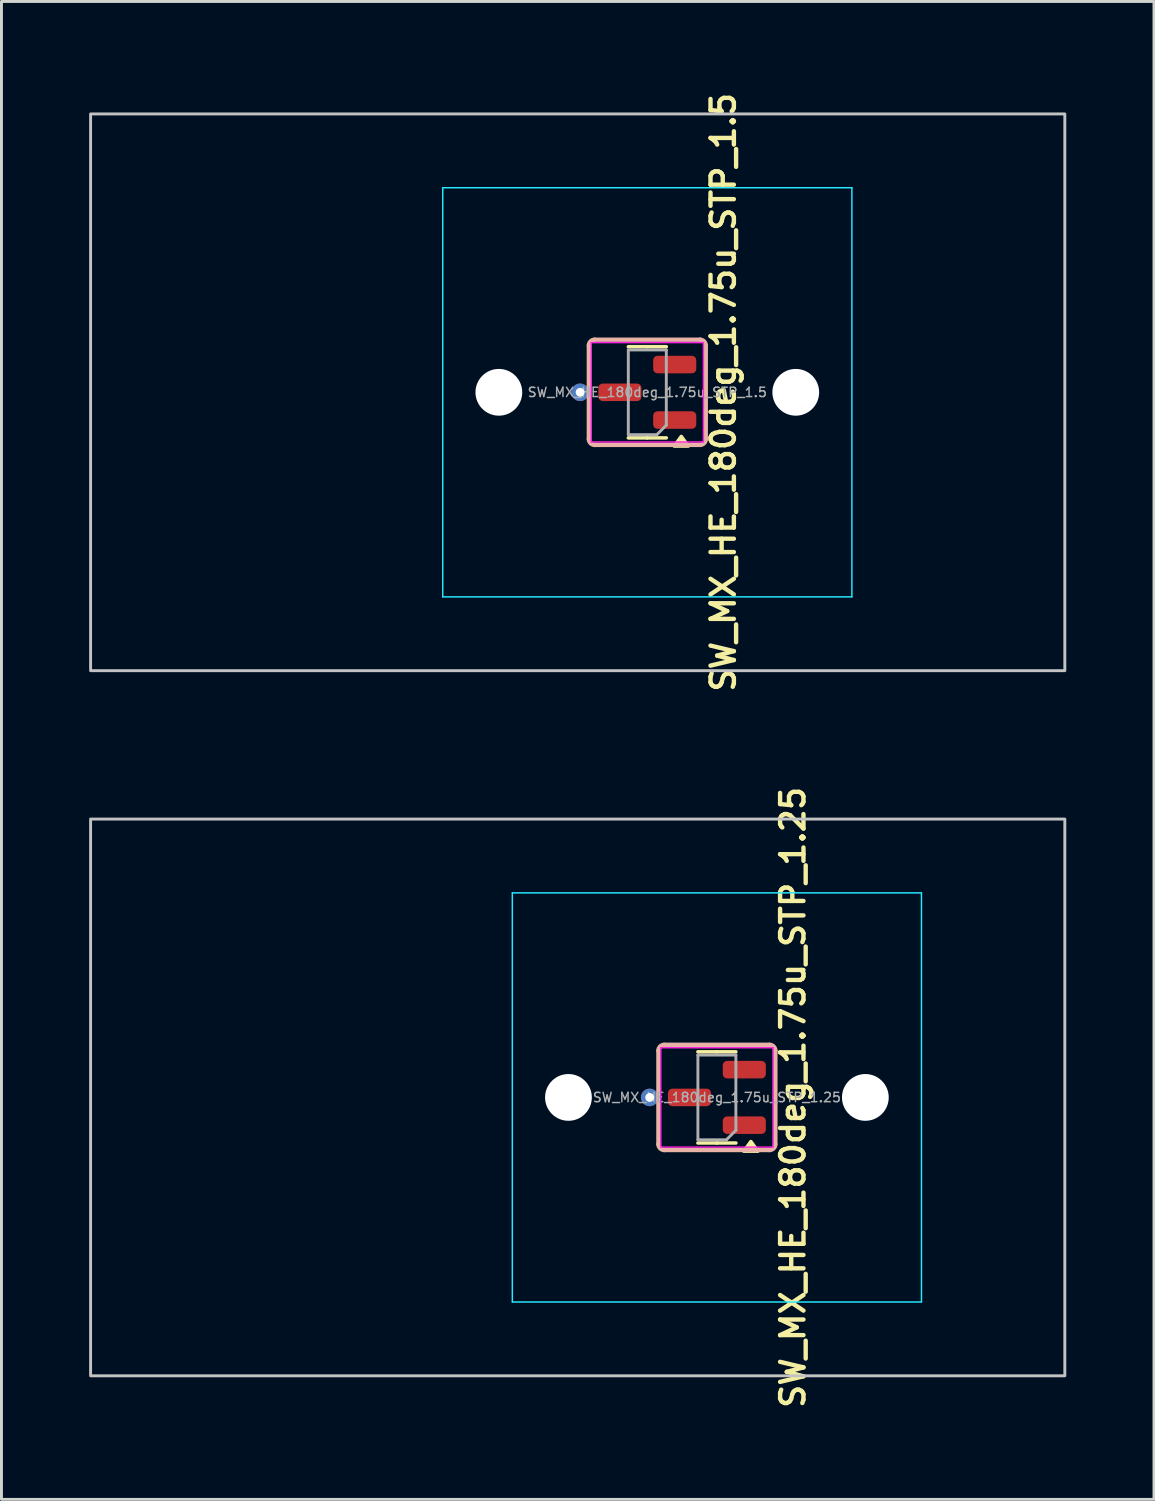
<source format=kicad_pcb>
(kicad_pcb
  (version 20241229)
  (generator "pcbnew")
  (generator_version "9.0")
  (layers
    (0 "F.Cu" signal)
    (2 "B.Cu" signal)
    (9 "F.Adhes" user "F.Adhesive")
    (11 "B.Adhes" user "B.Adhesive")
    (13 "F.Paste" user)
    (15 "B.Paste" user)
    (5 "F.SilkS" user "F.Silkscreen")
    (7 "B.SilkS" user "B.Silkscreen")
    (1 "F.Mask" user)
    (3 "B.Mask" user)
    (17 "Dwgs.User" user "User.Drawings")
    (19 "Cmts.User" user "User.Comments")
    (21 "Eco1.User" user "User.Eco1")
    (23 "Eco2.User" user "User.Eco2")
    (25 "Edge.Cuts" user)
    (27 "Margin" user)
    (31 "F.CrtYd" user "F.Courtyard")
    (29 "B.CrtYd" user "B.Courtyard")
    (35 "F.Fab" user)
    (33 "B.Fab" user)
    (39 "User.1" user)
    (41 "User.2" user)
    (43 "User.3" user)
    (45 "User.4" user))
  (footprint "SW_MX_HE_180deg_1.75u_STP_1.5"
    (layer "F.Cu")
    (at 19.1 10.374)
    (property "Reference" "SW_MX_HE_180deg_1.75u_STP_1.5" (at 2.6 0 90) (layer "F.SilkS") (effects (font (size 0.8 0.8) (thickness 0.15))))
    (attr smd)
    (fp_line (start 0 -1.56) (end -0.65 -1.56) (stroke (width 0.12) (type solid)) (layer "F.SilkS"))
    (fp_line (start 0 -1.56) (end 0.65 -1.56) (stroke (width 0.12) (type solid)) (layer "F.SilkS"))
    (fp_line (start 0 1.56) (end -0.65 1.56) (stroke (width 0.12) (type solid)) (layer "F.SilkS"))
    (fp_line (start 0 1.56) (end 0.65 1.56) (stroke (width 0.12) (type solid)) (layer "F.SilkS"))
    (fp_poly (pts (xy 1.163 1.51) (xy 1.403 1.84) (xy 0.922 1.84) (xy 1.163 1.51)) (stroke (width 0.12) (type solid)) (fill yes) (layer "F.SilkS"))
    (fp_line (start -2 -1.6) (end -2 1.6) (stroke (width 0.15) (type default)) (layer "B.SilkS"))
    (fp_line (start -1.8 1.8) (end 1.8 1.8) (stroke (width 0.15) (type default)) (layer "B.SilkS"))
    (fp_line (start 1.8 -1.8) (end -1.8 -1.8) (stroke (width 0.15) (type default)) (layer "B.SilkS"))
    (fp_line (start 2 1.6) (end 2 -1.6) (stroke (width 0.15) (type default)) (layer "B.SilkS"))
    (fp_arc (start -2 -1.6) (mid -1.941421 -1.741421) (end -1.8 -1.8) (stroke (width 0.15) (type default)) (layer "B.SilkS"))
    (fp_arc (start -1.8 1.8) (mid -1.941421 1.741421) (end -2 1.6) (stroke (width 0.15) (type default)) (layer "B.SilkS"))
    (fp_arc (start 1.8 -1.8) (mid 1.941421 -1.741421) (end 2 -1.6) (stroke (width 0.15) (type default)) (layer "B.SilkS"))
    (fp_arc (start 2 1.6) (mid 1.941421 1.741421) (end 1.8 1.8) (stroke (width 0.15) (type default)) (layer "B.SilkS"))
    (fp_rect (start -19.05 -9.525) (end 14.287 9.525) (stroke (width 0.1) (type default)) (fill no) (layer "Dwgs.User"))
    (fp_line (start -7 6.5) (end -7 -6.5) (stroke (width 0.05) (type solid)) (layer "Eco2.User"))
    (fp_line (start -6.5 -7) (end 6.5 -7) (stroke (width 0.05) (type solid)) (layer "Eco2.User"))
    (fp_line (start 6.5 7) (end -6.5 7) (stroke (width 0.05) (type solid)) (layer "Eco2.User"))
    (fp_line (start 7 -6.5) (end 7 6.5) (stroke (width 0.05) (type solid)) (layer "Eco2.User"))
    (fp_arc (start -7 -6.5) (mid -6.853553 -6.853553) (end -6.5 -7) (stroke (width 0.05) (type solid)) (layer "Eco2.User"))
    (fp_arc (start -6.5 7) (mid -6.853553 6.853553) (end -7 6.5) (stroke (width 0.05) (type solid)) (layer "Eco2.User"))
    (fp_arc (start 6.5 -7) (mid 6.853553 -6.853553) (end 7 -6.5) (stroke (width 0.05) (type solid)) (layer "Eco2.User"))
    (fp_arc (start 6.997236 6.498884) (mid 6.850789 6.852437) (end 6.497236 6.998884) (stroke (width 0.05) (type solid)) (layer "Eco2.User"))
    (fp_line (start -7 -7) (end -7 7) (stroke (width 0.05) (type solid)) (layer "B.CrtYd"))
    (fp_line (start -7 7) (end 7 7) (stroke (width 0.05) (type solid)) (layer "B.CrtYd"))
    (fp_line (start 7 -7) (end -7 -7) (stroke (width 0.05) (type solid)) (layer "B.CrtYd"))
    (fp_line (start 7 7) (end 7 -7) (stroke (width 0.05) (type solid)) (layer "B.CrtYd"))
    (fp_line (start -1.92 -1.7) (end -1.92 1.7) (stroke (width 0.05) (type solid)) (layer "F.CrtYd"))
    (fp_line (start -1.92 1.7) (end 1.92 1.7) (stroke (width 0.05) (type solid)) (layer "F.CrtYd"))
    (fp_line (start 1.92 -1.7) (end -1.92 -1.7) (stroke (width 0.05) (type solid)) (layer "F.CrtYd"))
    (fp_line (start 1.92 1.7) (end 1.92 -1.7) (stroke (width 0.05) (type solid)) (layer "F.CrtYd"))
    (fp_line (start -0.65 -1.45) (end 0.65 -1.45) (stroke (width 0.1) (type solid)) (layer "F.Fab"))
    (fp_line (start -0.65 1.45) (end -0.65 -1.45) (stroke (width 0.1) (type solid)) (layer "F.Fab"))
    (fp_line (start 0.325 1.45) (end -0.65 1.45) (stroke (width 0.1) (type solid)) (layer "F.Fab"))
    (fp_line (start 0.65 -1.45) (end 0.65 1.125) (stroke (width 0.1) (type solid)) (layer "F.Fab"))
    (fp_line (start 0.65 1.125) (end 0.325 1.45) (stroke (width 0.1) (type solid)) (layer "F.Fab"))
    (fp_text user "${REFERENCE}" (at 0 0 180) (layer "F.Fab") (effects (font (size 0.32 0.32) (thickness 0.05))))
    (pad "" np_thru_hole circle (at -5.08 0) (size 1.6 1.6) (drill 1.7) (layers "*.Cu" "*.Mask"))
    (pad "" np_thru_hole circle (at 5.08 0) (size 1.6 1.6) (drill 1.7) (layers "*.Cu" "*.Mask"))
    (pad "1" smd roundrect (at 0.938 0.95 180) (size 1.475 0.6) (layers "F.Cu" "F.Mask" "F.Paste") (roundrect_rratio 0.25))
    (pad "2" smd roundrect (at 0.938 -0.95 180) (size 1.475 0.6) (layers "F.Cu" "F.Mask" "F.Paste") (roundrect_rratio 0.25))
    (pad "3" thru_hole circle (at -2.3 0 180) (size 0.6 0.6) (drill 0.3) (layers "*.Cu"))
    (pad "3" smd roundrect (at -0.938 0 180) (size 1.475 0.6) (layers "F.Cu" "F.Mask" "F.Paste") (roundrect_rratio 0.25))
    (zone (net_name "") (layer "F.Cu") (name "HE keepout_bot") (hatch edge 0.5) (connect_pads) (min_thickness 0.25) (filled_areas_thickness no) (keepout (tracks allowed) (vias allowed) (pads allowed) (copperpour not_allowed) (footprints allowed)) (placement (enabled no)) (fill) (polygon (pts (arc (start 17.1 11.973574) (mid 17.158579 12.114995) (end 17.3 12.173574)) (arc (start 20.9 12.173574) (mid 21.041421 12.114995) (end 21.1 11.973574)) (arc (start 21.1 8.773574) (mid 21.041421 8.632153) (end 20.9 8.573574)) (arc (start 17.3 8.573574) (mid 17.158579 8.632153) (end 17.1 8.773574)) (arc (start 17.1 9.873574) (mid 17.158579 10.014995) (end 17.3 10.073574)) (arc (start 18.7 10.073574) (mid 18.841421 10.132153) (end 18.9 10.273574)) (arc (start 18.9 10.473574) (mid 18.841421 10.614995) (end 18.7 10.673574)) (arc (start 17.3 10.673574) (mid 17.158579 10.732153) (end 17.1 10.873574)))))
    (zone (net_name "") (layer "In1.Cu") (name "HE keepout_top") (hatch edge 0.5) (connect_pads) (min_thickness 0.25) (filled_areas_thickness no) (keepout (tracks allowed) (vias allowed) (pads allowed) (copperpour not_allowed) (footprints allowed)) (placement (enabled no)) (fill) (polygon (pts (arc (start 17.1 11.973574) (mid 17.158579 12.114995) (end 17.3 12.173574)) (arc (start 20.9 12.173574) (mid 21.041421 12.114995) (end 21.1 11.973574)) (arc (start 21.1 8.773574) (mid 21.041421 8.632153) (end 20.9 8.573574)) (arc (start 17.3 8.573574) (mid 17.158579 8.632153) (end 17.1 8.773574))))))
  (footprint "SW_MX_HE_180deg_1.75u_STP_1.25"
    (layer "F.Cu")
    (at 21.481 34.502)
    (property "Reference" "SW_MX_HE_180deg_1.75u_STP_1.25" (at 2.6 0 90) (layer "F.SilkS") (effects (font (size 0.8 0.8) (thickness 0.15))))
    (attr smd)
    (fp_line (start 0 -1.56) (end -0.65 -1.56) (stroke (width 0.12) (type solid)) (layer "F.SilkS"))
    (fp_line (start 0 -1.56) (end 0.65 -1.56) (stroke (width 0.12) (type solid)) (layer "F.SilkS"))
    (fp_line (start 0 1.56) (end -0.65 1.56) (stroke (width 0.12) (type solid)) (layer "F.SilkS"))
    (fp_line (start 0 1.56) (end 0.65 1.56) (stroke (width 0.12) (type solid)) (layer "F.SilkS"))
    (fp_poly (pts (xy 1.163 1.51) (xy 1.403 1.84) (xy 0.922 1.84) (xy 1.163 1.51)) (stroke (width 0.12) (type solid)) (fill yes) (layer "F.SilkS"))
    (fp_line (start -2 -1.6) (end -2 1.6) (stroke (width 0.15) (type default)) (layer "B.SilkS"))
    (fp_line (start -1.8 1.8) (end 1.8 1.8) (stroke (width 0.15) (type default)) (layer "B.SilkS"))
    (fp_line (start 1.8 -1.8) (end -1.8 -1.8) (stroke (width 0.15) (type default)) (layer "B.SilkS"))
    (fp_line (start 2 1.6) (end 2 -1.6) (stroke (width 0.15) (type default)) (layer "B.SilkS"))
    (fp_arc (start -2 -1.6) (mid -1.941421 -1.741421) (end -1.8 -1.8) (stroke (width 0.15) (type default)) (layer "B.SilkS"))
    (fp_arc (start -1.8 1.8) (mid -1.941421 1.741421) (end -2 1.6) (stroke (width 0.15) (type default)) (layer "B.SilkS"))
    (fp_arc (start 1.8 -1.8) (mid 1.941421 -1.741421) (end 2 -1.6) (stroke (width 0.15) (type default)) (layer "B.SilkS"))
    (fp_arc (start 2 1.6) (mid 1.941421 1.741421) (end 1.8 1.8) (stroke (width 0.15) (type default)) (layer "B.SilkS"))
    (fp_rect (start -21.431 -9.525) (end 11.906 9.525) (stroke (width 0.1) (type default)) (fill no) (layer "Dwgs.User"))
    (fp_line (start -7 6.5) (end -7 -6.5) (stroke (width 0.05) (type solid)) (layer "Eco2.User"))
    (fp_line (start -6.5 -7) (end 6.5 -7) (stroke (width 0.05) (type solid)) (layer "Eco2.User"))
    (fp_line (start 6.5 7) (end -6.5 7) (stroke (width 0.05) (type solid)) (layer "Eco2.User"))
    (fp_line (start 7 -6.5) (end 7 6.5) (stroke (width 0.05) (type solid)) (layer "Eco2.User"))
    (fp_arc (start -7 -6.5) (mid -6.853553 -6.853553) (end -6.5 -7) (stroke (width 0.05) (type solid)) (layer "Eco2.User"))
    (fp_arc (start -6.5 7) (mid -6.853553 6.853553) (end -7 6.5) (stroke (width 0.05) (type solid)) (layer "Eco2.User"))
    (fp_arc (start 6.5 -7) (mid 6.853553 -6.853553) (end 7 -6.5) (stroke (width 0.05) (type solid)) (layer "Eco2.User"))
    (fp_arc (start 6.997236 6.498884) (mid 6.850789 6.852437) (end 6.497236 6.998884) (stroke (width 0.05) (type solid)) (layer "Eco2.User"))
    (fp_line (start -7 -7) (end -7 7) (stroke (width 0.05) (type solid)) (layer "B.CrtYd"))
    (fp_line (start -7 7) (end 7 7) (stroke (width 0.05) (type solid)) (layer "B.CrtYd"))
    (fp_line (start 7 -7) (end -7 -7) (stroke (width 0.05) (type solid)) (layer "B.CrtYd"))
    (fp_line (start 7 7) (end 7 -7) (stroke (width 0.05) (type solid)) (layer "B.CrtYd"))
    (fp_line (start -1.92 -1.7) (end -1.92 1.7) (stroke (width 0.05) (type solid)) (layer "F.CrtYd"))
    (fp_line (start -1.92 1.7) (end 1.92 1.7) (stroke (width 0.05) (type solid)) (layer "F.CrtYd"))
    (fp_line (start 1.92 -1.7) (end -1.92 -1.7) (stroke (width 0.05) (type solid)) (layer "F.CrtYd"))
    (fp_line (start 1.92 1.7) (end 1.92 -1.7) (stroke (width 0.05) (type solid)) (layer "F.CrtYd"))
    (fp_line (start -0.65 -1.45) (end 0.65 -1.45) (stroke (width 0.1) (type solid)) (layer "F.Fab"))
    (fp_line (start -0.65 1.45) (end -0.65 -1.45) (stroke (width 0.1) (type solid)) (layer "F.Fab"))
    (fp_line (start 0.325 1.45) (end -0.65 1.45) (stroke (width 0.1) (type solid)) (layer "F.Fab"))
    (fp_line (start 0.65 -1.45) (end 0.65 1.125) (stroke (width 0.1) (type solid)) (layer "F.Fab"))
    (fp_line (start 0.65 1.125) (end 0.325 1.45) (stroke (width 0.1) (type solid)) (layer "F.Fab"))
    (fp_text user "${REFERENCE}" (at 0 0 180) (layer "F.Fab") (effects (font (size 0.32 0.32) (thickness 0.05))))
    (pad "" np_thru_hole circle (at -5.08 0) (size 1.6 1.6) (drill 1.7) (layers "*.Cu" "*.Mask"))
    (pad "" np_thru_hole circle (at 5.08 0) (size 1.6 1.6) (drill 1.7) (layers "*.Cu" "*.Mask"))
    (pad "1" smd roundrect (at 0.938 0.95 180) (size 1.475 0.6) (layers "F.Cu" "F.Mask" "F.Paste") (roundrect_rratio 0.25))
    (pad "2" smd roundrect (at 0.938 -0.95 180) (size 1.475 0.6) (layers "F.Cu" "F.Mask" "F.Paste") (roundrect_rratio 0.25))
    (pad "3" thru_hole circle (at -2.3 0 180) (size 0.6 0.6) (drill 0.3) (layers "*.Cu"))
    (pad "3" smd roundrect (at -0.938 0 180) (size 1.475 0.6) (layers "F.Cu" "F.Mask" "F.Paste") (roundrect_rratio 0.25))
    (zone (net_name "") (layer "F.Cu") (name "HE keepout_bot") (hatch edge 0.5) (connect_pads) (min_thickness 0.25) (filled_areas_thickness no) (keepout (tracks allowed) (vias allowed) (pads allowed) (copperpour not_allowed) (footprints allowed)) (placement (enabled no)) (fill) (polygon (pts (arc (start 19.48125 36.101675) (mid 19.539829 36.243096) (end 19.68125 36.301675)) (arc (start 23.28125 36.301675) (mid 23.422671 36.243096) (end 23.48125 36.101675)) (arc (start 23.48125 32.901675) (mid 23.422671 32.760254) (end 23.28125 32.701675)) (arc (start 19.68125 32.701675) (mid 19.539829 32.760254) (end 19.48125 32.901675)) (arc (start 19.48125 34.001675) (mid 19.539829 34.143096) (end 19.68125 34.201675)) (arc (start 21.08125 34.201675) (mid 21.222671 34.260254) (end 21.28125 34.401675)) (arc (start 21.28125 34.601675) (mid 21.222671 34.743096) (end 21.08125 34.801675)) (arc (start 19.68125 34.801675) (mid 19.539829 34.860254) (end 19.48125 35.001675)))))
    (zone (net_name "") (layer "In1.Cu") (name "HE keepout_top") (hatch edge 0.5) (connect_pads) (min_thickness 0.25) (filled_areas_thickness no) (keepout (tracks allowed) (vias allowed) (pads allowed) (copperpour not_allowed) (footprints allowed)) (placement (enabled no)) (fill) (polygon (pts (arc (start 19.48125 36.101675) (mid 19.539829 36.243096) (end 19.68125 36.301675)) (arc (start 23.28125 36.301675) (mid 23.422671 36.243096) (end 23.48125 36.101675)) (arc (start 23.48125 32.901675) (mid 23.422671 32.760254) (end 23.28125 32.701675)) (arc (start 19.68125 32.701675) (mid 19.539829 32.760254) (end 19.48125 32.901675))))))
  (gr_rect
    (start -3 -3)
    (end 36.438 48.256)
    (stroke (width 0.1) (type default))
    (fill no)
    (layer "Edge.Cuts")))
</source>
